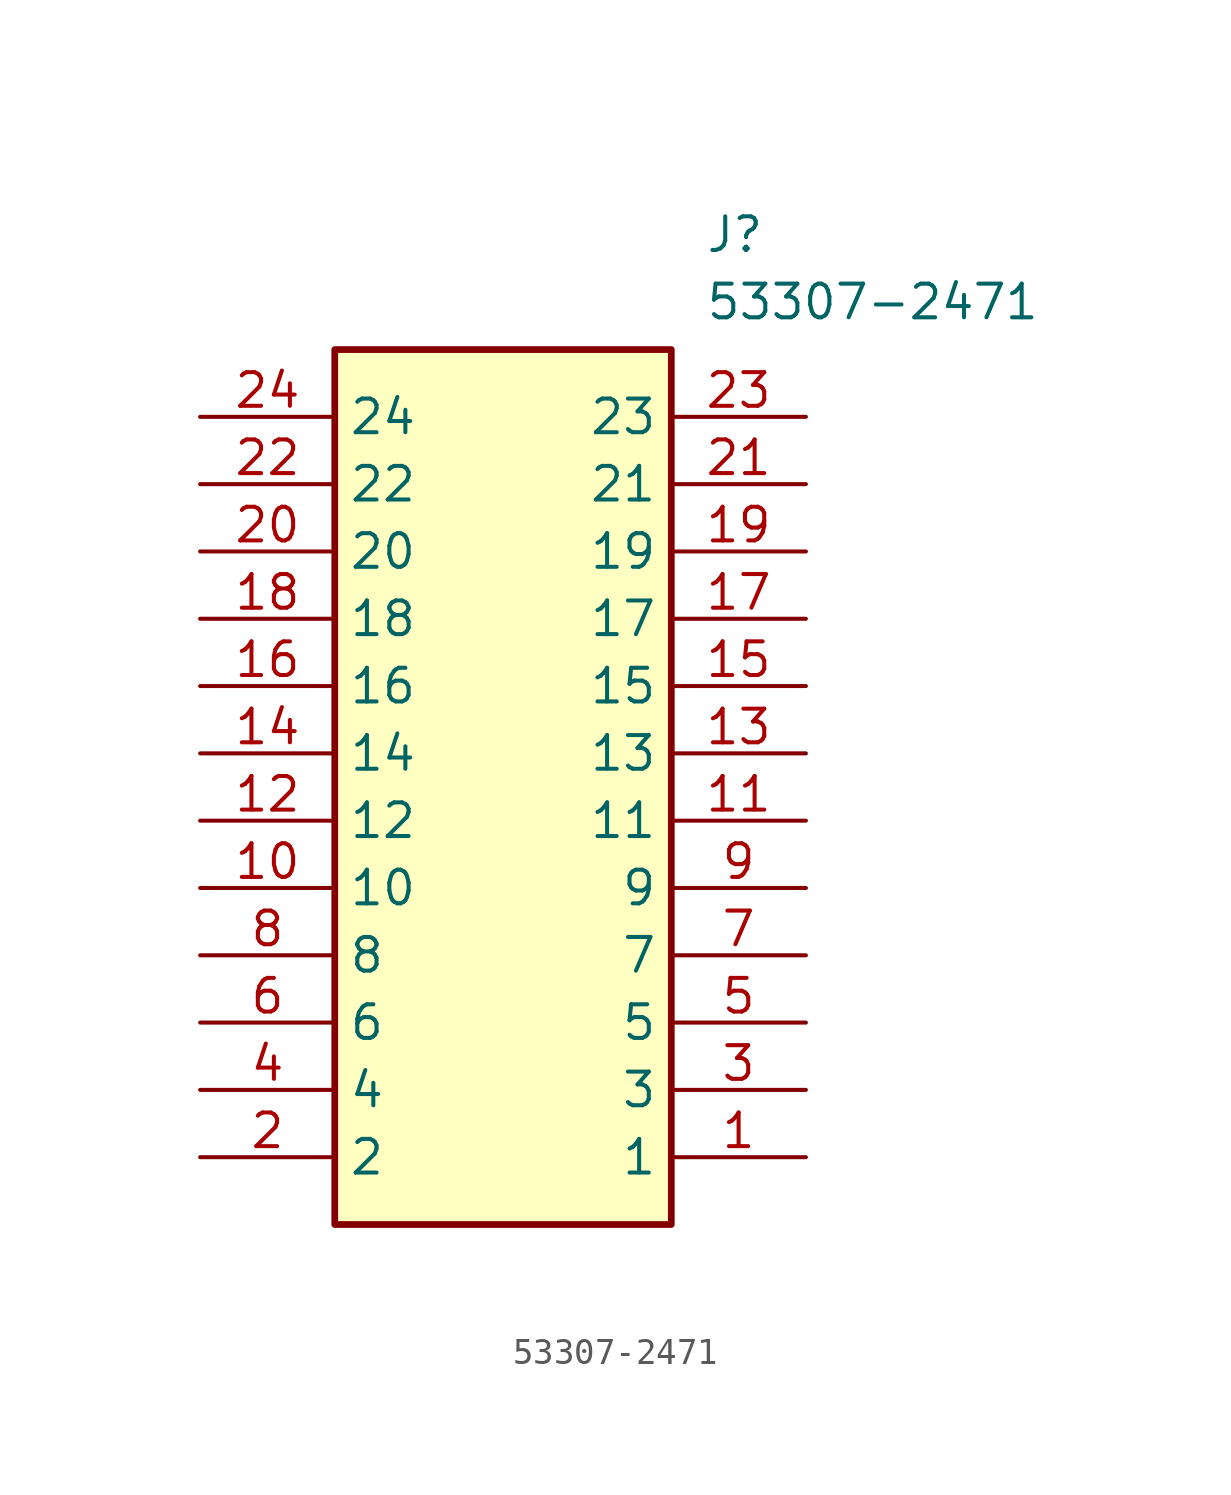
<source format=kicad_sym>
(kicad_symbol_lib
  (version 20211014)
  (generator SamacSys_ECAD_Model)
  (symbol "53307-2471"
    (property "Reference" "J"
      (at 19.05 7.62 0)
      (effects (font (size 1.27 1.27)) (justify left top)))
    (property "Value" "53307-2471"
      (at 19.05 5.08 0)
      (effects (font (size 1.27 1.27)) (justify left top)))
    (rectangle
      (start 5.08 2.54)
      (end 17.78 -30.48)
      (stroke (width 0.254) (type default))
      (fill (type background)))
    (pin passive line
      (at 22.86 -27.94 180)
      (length 5.08)
      (name "1" (effects (font (size 1.27 1.27))))
      (number "1" (effects (font (size 1.27 1.27)))))
    (pin passive line
      (at 0 -27.94 0)
      (length 5.08)
      (name "2" (effects (font (size 1.27 1.27))))
      (number "2" (effects (font (size 1.27 1.27)))))
    (pin passive line
      (at 22.86 -25.4 180)
      (length 5.08)
      (name "3" (effects (font (size 1.27 1.27))))
      (number "3" (effects (font (size 1.27 1.27)))))
    (pin passive line
      (at 0 -25.4 0)
      (length 5.08)
      (name "4" (effects (font (size 1.27 1.27))))
      (number "4" (effects (font (size 1.27 1.27)))))
    (pin passive line
      (at 22.86 -22.86 180)
      (length 5.08)
      (name "5" (effects (font (size 1.27 1.27))))
      (number "5" (effects (font (size 1.27 1.27)))))
    (pin passive line
      (at 0 -22.86 0)
      (length 5.08)
      (name "6" (effects (font (size 1.27 1.27))))
      (number "6" (effects (font (size 1.27 1.27)))))
    (pin passive line
      (at 22.86 -20.32 180)
      (length 5.08)
      (name "7" (effects (font (size 1.27 1.27))))
      (number "7" (effects (font (size 1.27 1.27)))))
    (pin passive line
      (at 0 -20.32 0)
      (length 5.08)
      (name "8" (effects (font (size 1.27 1.27))))
      (number "8" (effects (font (size 1.27 1.27)))))
    (pin passive line
      (at 22.86 -17.78 180)
      (length 5.08)
      (name "9" (effects (font (size 1.27 1.27))))
      (number "9" (effects (font (size 1.27 1.27)))))
    (pin passive line
      (at 0 -17.78 0)
      (length 5.08)
      (name "10" (effects (font (size 1.27 1.27))))
      (number "10" (effects (font (size 1.27 1.27)))))
    (pin passive line
      (at 22.86 -15.24 180)
      (length 5.08)
      (name "11" (effects (font (size 1.27 1.27))))
      (number "11" (effects (font (size 1.27 1.27)))))
    (pin passive line
      (at 0 -15.24 0)
      (length 5.08)
      (name "12" (effects (font (size 1.27 1.27))))
      (number "12" (effects (font (size 1.27 1.27)))))
    (pin passive line
      (at 22.86 -12.7 180)
      (length 5.08)
      (name "13" (effects (font (size 1.27 1.27))))
      (number "13" (effects (font (size 1.27 1.27)))))
    (pin passive line
      (at 0 -12.7 0)
      (length 5.08)
      (name "14" (effects (font (size 1.27 1.27))))
      (number "14" (effects (font (size 1.27 1.27)))))
    (pin passive line
      (at 22.86 -10.16 180)
      (length 5.08)
      (name "15" (effects (font (size 1.27 1.27))))
      (number "15" (effects (font (size 1.27 1.27)))))
    (pin passive line
      (at 0 -10.16 0)
      (length 5.08)
      (name "16" (effects (font (size 1.27 1.27))))
      (number "16" (effects (font (size 1.27 1.27)))))
    (pin passive line
      (at 22.86 -7.62 180)
      (length 5.08)
      (name "17" (effects (font (size 1.27 1.27))))
      (number "17" (effects (font (size 1.27 1.27)))))
    (pin passive line
      (at 0 -7.62 0)
      (length 5.08)
      (name "18" (effects (font (size 1.27 1.27))))
      (number "18" (effects (font (size 1.27 1.27)))))
    (pin passive line
      (at 22.86 -5.08 180)
      (length 5.08)
      (name "19" (effects (font (size 1.27 1.27))))
      (number "19" (effects (font (size 1.27 1.27)))))
    (pin passive line
      (at 0 -5.08 0)
      (length 5.08)
      (name "20" (effects (font (size 1.27 1.27))))
      (number "20" (effects (font (size 1.27 1.27)))))
    (pin passive line
      (at 22.86 -2.54 180)
      (length 5.08)
      (name "21" (effects (font (size 1.27 1.27))))
      (number "21" (effects (font (size 1.27 1.27)))))
    (pin passive line
      (at 0 -2.54 0)
      (length 5.08)
      (name "22" (effects (font (size 1.27 1.27))))
      (number "22" (effects (font (size 1.27 1.27)))))
    (pin passive line
      (at 22.86 0 180)
      (length 5.08)
      (name "23" (effects (font (size 1.27 1.27))))
      (number "23" (effects (font (size 1.27 1.27)))))
    (pin passive line
      (at 0 0 0)
      (length 5.08)
      (name "24" (effects (font (size 1.27 1.27))))
      (number "24" (effects (font (size 1.27 1.27)))))))
</source>
